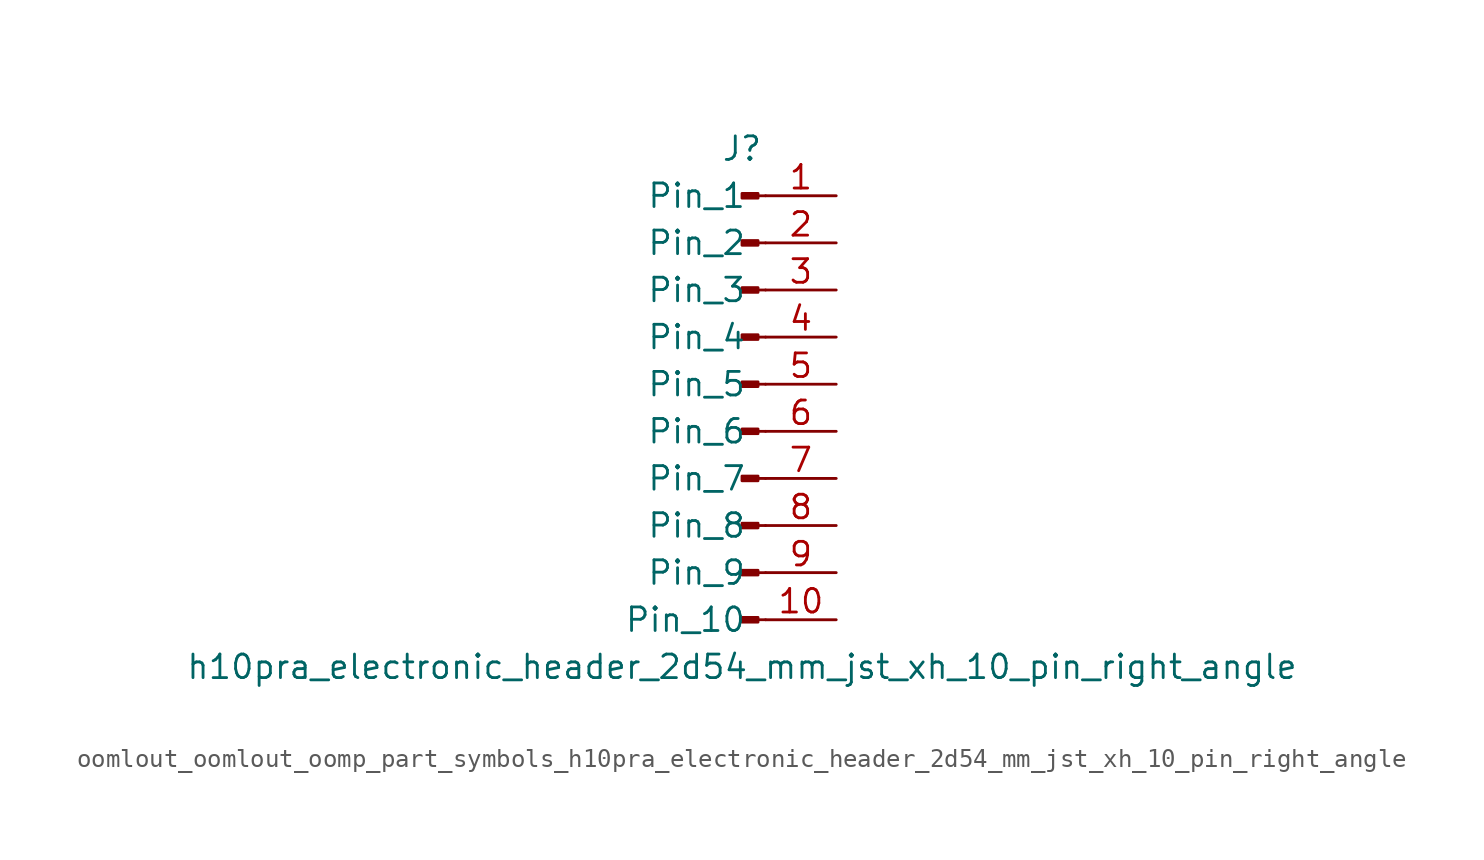
<source format=kicad_sym>
(kicad_symbol_lib
  (version 20220914)
  (generator kicad_symbol_editor)
  (symbol "oomlout_oomlout_oomp_part_symbols_h10pra_electronic_header_2d54_mm_jst_xh_10_pin_right_angle"
    (pin_names
      (offset 1.016))
    (property "Reference" "J"
      (at 0 12.7 0)
      (effects (font (size 1.27 1.27))))
    (property "Value" "h10pra_electronic_header_2d54_mm_jst_xh_10_pin_right_angle"
      (at 0 -15.24 0)
      (effects (font (size 1.27 1.27))))
    (property "ki_locked" ""
      (at 0 0 0)
      (effects (font (size 1.27 1.27))))
    (symbol "oomlout_oomlout_oomp_part_symbols_h10pra_electronic_header_2d54_mm_jst_xh_10_pin_right_angle_1_1"
      (polyline (pts (xy 1.27 -12.7) (xy 0.864 -12.7)) (stroke (width 0.152) (type default)) (fill (type none)))
      (polyline (pts (xy 1.27 -10.16) (xy 0.864 -10.16)) (stroke (width 0.152) (type default)) (fill (type none)))
      (polyline (pts (xy 1.27 -7.62) (xy 0.864 -7.62)) (stroke (width 0.152) (type default)) (fill (type none)))
      (polyline (pts (xy 1.27 -5.08) (xy 0.864 -5.08)) (stroke (width 0.152) (type default)) (fill (type none)))
      (polyline (pts (xy 1.27 -2.54) (xy 0.864 -2.54)) (stroke (width 0.152) (type default)) (fill (type none)))
      (polyline (pts (xy 1.27 0) (xy 0.864 0)) (stroke (width 0.152) (type default)) (fill (type none)))
      (polyline (pts (xy 1.27 2.54) (xy 0.864 2.54)) (stroke (width 0.152) (type default)) (fill (type none)))
      (polyline (pts (xy 1.27 5.08) (xy 0.864 5.08)) (stroke (width 0.152) (type default)) (fill (type none)))
      (polyline (pts (xy 1.27 7.62) (xy 0.864 7.62)) (stroke (width 0.152) (type default)) (fill (type none)))
      (polyline (pts (xy 1.27 10.16) (xy 0.864 10.16)) (stroke (width 0.152) (type default)) (fill (type none)))
      (rectangle (start 0.864 -12.573) (end 0 -12.827) (stroke (width 0.152) (type default)) (fill (type outline)))
      (rectangle (start 0.864 -10.033) (end 0 -10.287) (stroke (width 0.152) (type default)) (fill (type outline)))
      (rectangle (start 0.864 -7.493) (end 0 -7.747) (stroke (width 0.152) (type default)) (fill (type outline)))
      (rectangle (start 0.864 -4.953) (end 0 -5.207) (stroke (width 0.152) (type default)) (fill (type outline)))
      (rectangle (start 0.864 -2.413) (end 0 -2.667) (stroke (width 0.152) (type default)) (fill (type outline)))
      (rectangle (start 0.864 0.127) (end 0 -0.127) (stroke (width 0.152) (type default)) (fill (type outline)))
      (rectangle (start 0.864 2.667) (end 0 2.413) (stroke (width 0.152) (type default)) (fill (type outline)))
      (rectangle (start 0.864 5.207) (end 0 4.953) (stroke (width 0.152) (type default)) (fill (type outline)))
      (rectangle (start 0.864 7.747) (end 0 7.493) (stroke (width 0.152) (type default)) (fill (type outline)))
      (rectangle (start 0.864 10.287) (end 0 10.033) (stroke (width 0.152) (type default)) (fill (type outline)))
      (pin passive line (at 5.08 10.16 180) (length 3.81) (name "Pin_1" (effects (font (size 1.27 1.27)))) (number "1" (effects (font (size 1.27 1.27)))))
      (pin passive line (at 5.08 -12.7 180) (length 3.81) (name "Pin_10" (effects (font (size 1.27 1.27)))) (number "10" (effects (font (size 1.27 1.27)))))
      (pin passive line (at 5.08 7.62 180) (length 3.81) (name "Pin_2" (effects (font (size 1.27 1.27)))) (number "2" (effects (font (size 1.27 1.27)))))
      (pin passive line (at 5.08 5.08 180) (length 3.81) (name "Pin_3" (effects (font (size 1.27 1.27)))) (number "3" (effects (font (size 1.27 1.27)))))
      (pin passive line (at 5.08 2.54 180) (length 3.81) (name "Pin_4" (effects (font (size 1.27 1.27)))) (number "4" (effects (font (size 1.27 1.27)))))
      (pin passive line (at 5.08 0 180) (length 3.81) (name "Pin_5" (effects (font (size 1.27 1.27)))) (number "5" (effects (font (size 1.27 1.27)))))
      (pin passive line (at 5.08 -2.54 180) (length 3.81) (name "Pin_6" (effects (font (size 1.27 1.27)))) (number "6" (effects (font (size 1.27 1.27)))))
      (pin passive line (at 5.08 -5.08 180) (length 3.81) (name "Pin_7" (effects (font (size 1.27 1.27)))) (number "7" (effects (font (size 1.27 1.27)))))
      (pin passive line (at 5.08 -7.62 180) (length 3.81) (name "Pin_8" (effects (font (size 1.27 1.27)))) (number "8" (effects (font (size 1.27 1.27)))))
      (pin passive line (at 5.08 -10.16 180) (length 3.81) (name "Pin_9" (effects (font (size 1.27 1.27)))) (number "9" (effects (font (size 1.27 1.27))))))))
</source>
